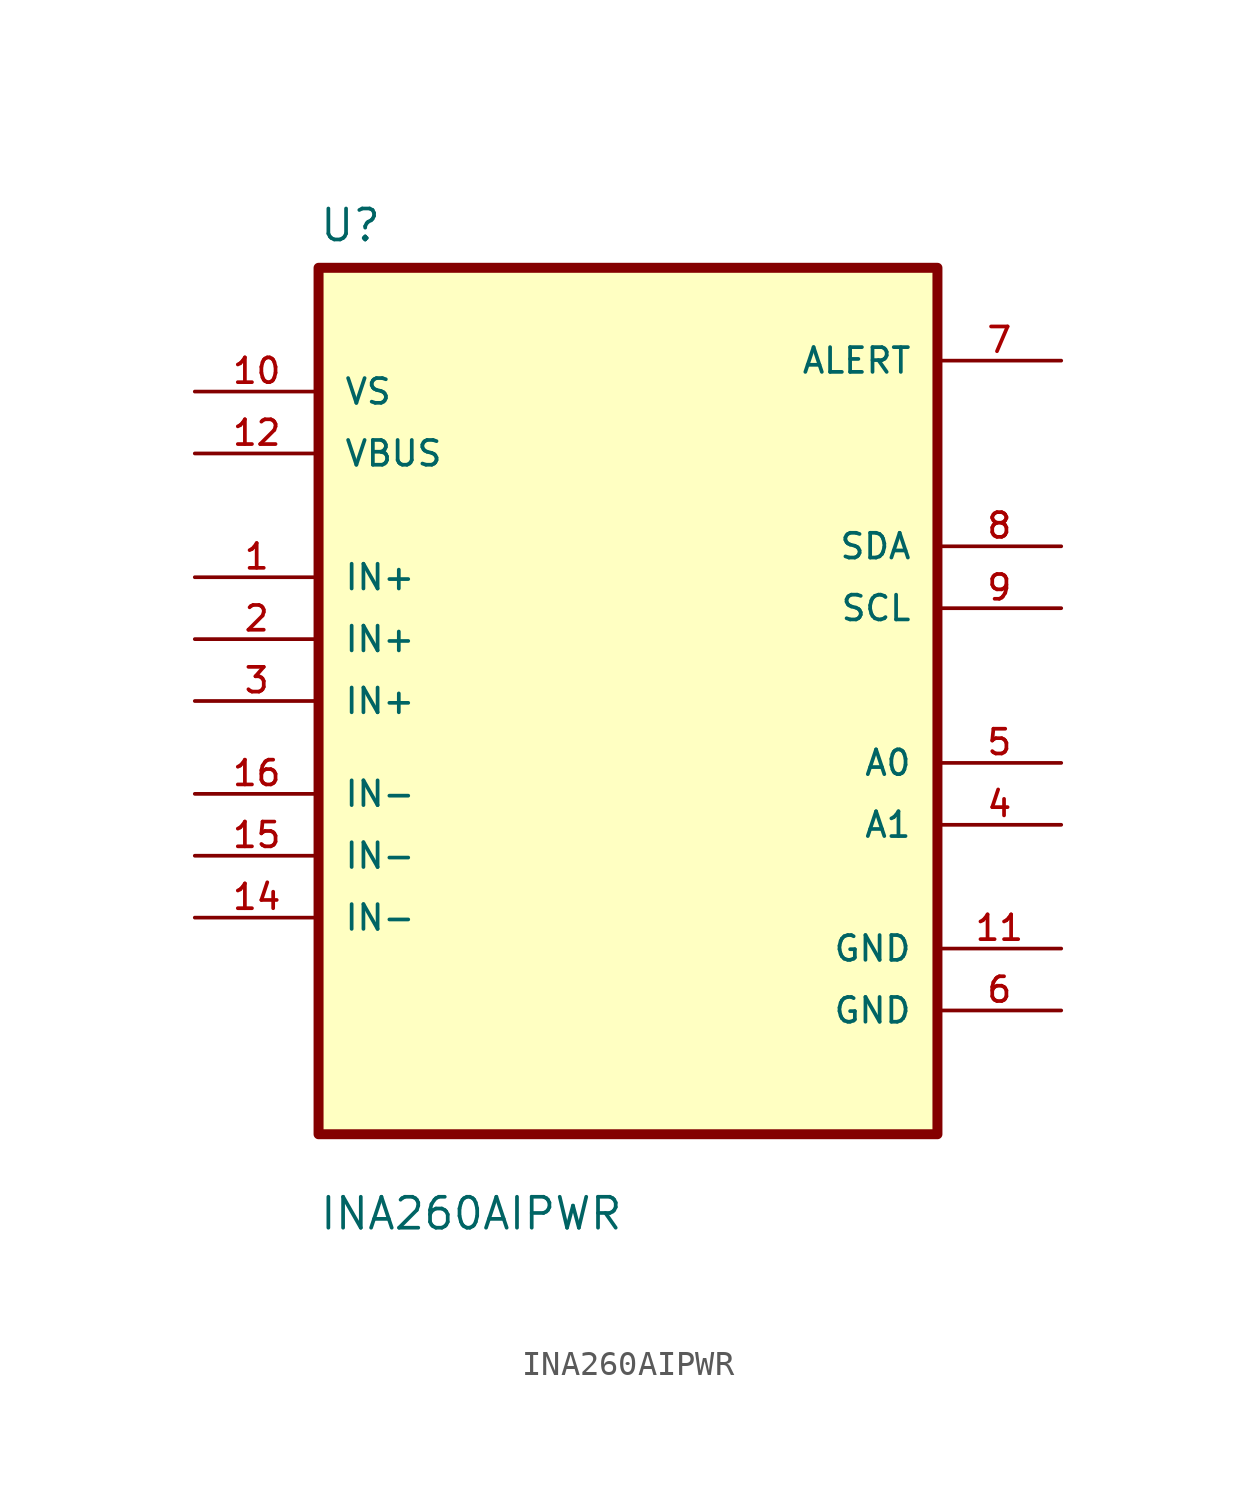
<source format=kicad_sym>
(kicad_symbol_lib
  (version 20231120)
  (generator "kicad_symbol_editor")
  (generator_version "8.0")
  (symbol "INA260AIPWR"
    (pin_names
      (offset 1.016))
    (property "Reference" "U"
      (at -12.7 18.78 0)
      (effects (font (size 1.27 1.27)) (justify left bottom)))
    (property "Value" "INA260AIPWR"
      (at -12.7 -21.78 0)
      (effects (font (size 1.27 1.27)) (justify left bottom)))
    (symbol "INA260AIPWR_0_0"
      (rectangle (start -12.7 -17.78) (end 12.7 17.78) (stroke (width 0.41) (type default)) (fill (type background)))
      (pin input line (at -17.78 5.08 0) (length 5.08) (name "IN+" (effects (font (size 1.016 1.016)))) (number "1" (effects (font (size 1.016 1.016)))))
      (pin power_in line (at -17.78 12.7 0) (length 5.08) (name "VS" (effects (font (size 1.016 1.016)))) (number "10" (effects (font (size 1.016 1.016)))))
      (pin power_in line (at 17.78 -10.16 180) (length 5.08) (name "GND" (effects (font (size 1.016 1.016)))) (number "11" (effects (font (size 1.016 1.016)))))
      (pin input line (at -17.78 10.16 0) (length 5.08) (name "VBUS" (effects (font (size 1.016 1.016)))) (number "12" (effects (font (size 1.016 1.016)))))
      (pin input line (at -17.78 -8.89 0) (length 5.08) (name "IN-" (effects (font (size 1.016 1.016)))) (number "14" (effects (font (size 1.016 1.016)))))
      (pin input line (at -17.78 -6.35 0) (length 5.08) (name "IN-" (effects (font (size 1.016 1.016)))) (number "15" (effects (font (size 1.016 1.016)))))
      (pin input line (at -17.78 -3.81 0) (length 5.08) (name "IN-" (effects (font (size 1.016 1.016)))) (number "16" (effects (font (size 1.016 1.016)))))
      (pin input line (at -17.78 2.54 0) (length 5.08) (name "IN+" (effects (font (size 1.016 1.016)))) (number "2" (effects (font (size 1.016 1.016)))))
      (pin input line (at -17.78 0 0) (length 5.08) (name "IN+" (effects (font (size 1.016 1.016)))) (number "3" (effects (font (size 1.016 1.016)))))
      (pin input line (at 17.78 -5.08 180) (length 5.08) (name "A1" (effects (font (size 1.016 1.016)))) (number "4" (effects (font (size 1.016 1.016)))))
      (pin input line (at 17.78 -2.54 180) (length 5.08) (name "A0" (effects (font (size 1.016 1.016)))) (number "5" (effects (font (size 1.016 1.016)))))
      (pin power_in line (at 17.78 -12.7 180) (length 5.08) (name "GND" (effects (font (size 1.016 1.016)))) (number "6" (effects (font (size 1.016 1.016)))))
      (pin output line (at 17.78 13.97 180) (length 5.08) (name "ALERT" (effects (font (size 1.016 1.016)))) (number "7" (effects (font (size 1.016 1.016)))))
      (pin bidirectional line (at 17.78 6.35 180) (length 5.08) (name "SDA" (effects (font (size 1.016 1.016)))) (number "8" (effects (font (size 1.016 1.016)))))
      (pin input line (at 17.78 3.81 180) (length 5.08) (name "SCL" (effects (font (size 1.016 1.016)))) (number "9" (effects (font (size 1.016 1.016))))))))
</source>
